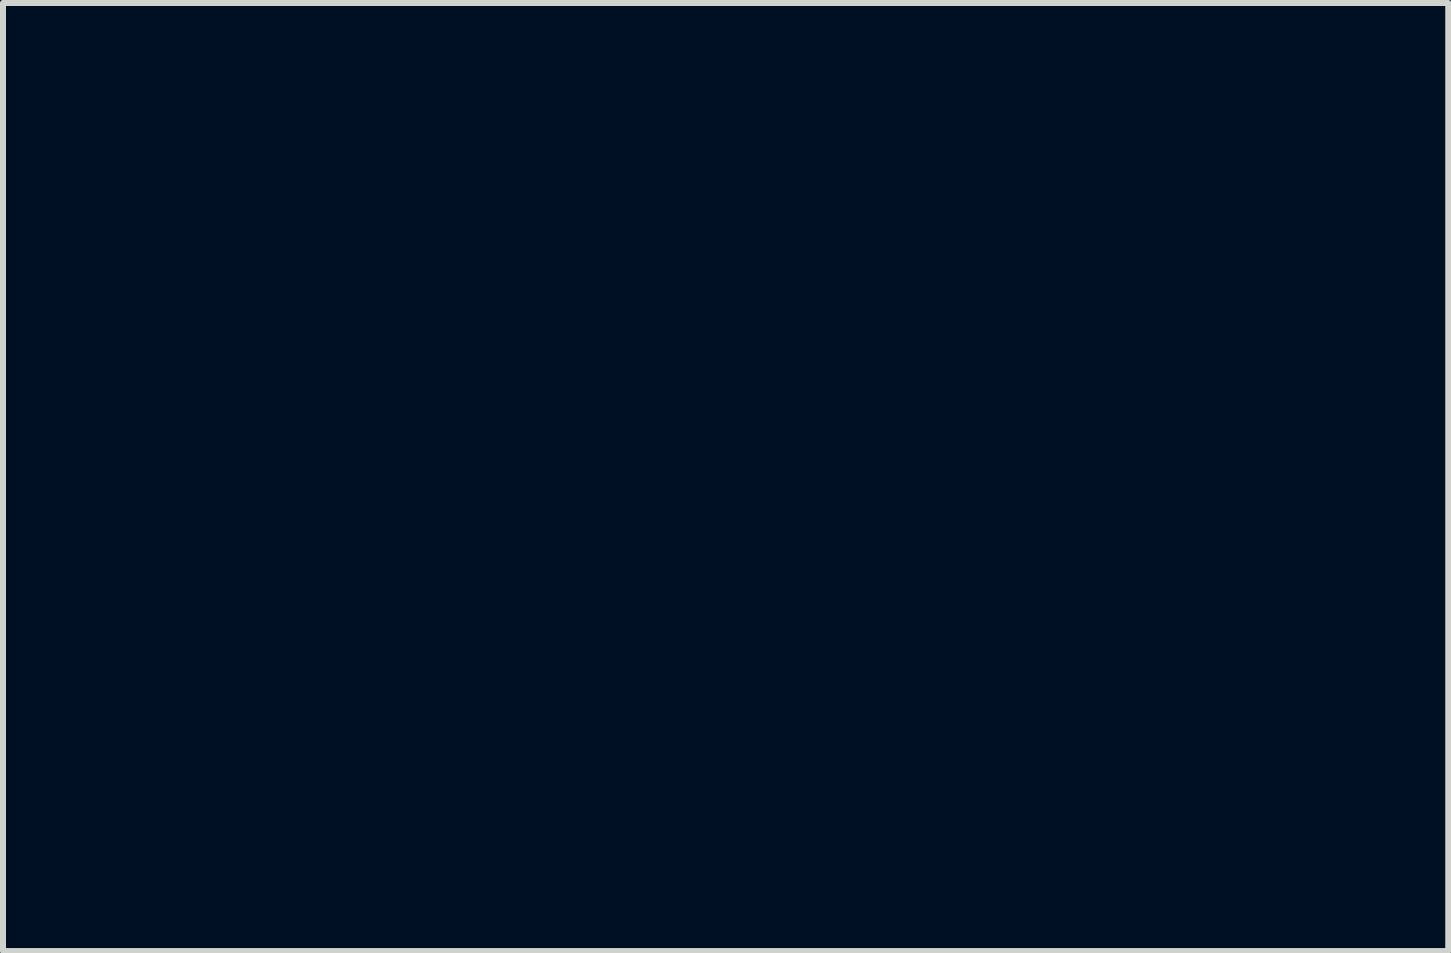
<source format=kicad_pcb>
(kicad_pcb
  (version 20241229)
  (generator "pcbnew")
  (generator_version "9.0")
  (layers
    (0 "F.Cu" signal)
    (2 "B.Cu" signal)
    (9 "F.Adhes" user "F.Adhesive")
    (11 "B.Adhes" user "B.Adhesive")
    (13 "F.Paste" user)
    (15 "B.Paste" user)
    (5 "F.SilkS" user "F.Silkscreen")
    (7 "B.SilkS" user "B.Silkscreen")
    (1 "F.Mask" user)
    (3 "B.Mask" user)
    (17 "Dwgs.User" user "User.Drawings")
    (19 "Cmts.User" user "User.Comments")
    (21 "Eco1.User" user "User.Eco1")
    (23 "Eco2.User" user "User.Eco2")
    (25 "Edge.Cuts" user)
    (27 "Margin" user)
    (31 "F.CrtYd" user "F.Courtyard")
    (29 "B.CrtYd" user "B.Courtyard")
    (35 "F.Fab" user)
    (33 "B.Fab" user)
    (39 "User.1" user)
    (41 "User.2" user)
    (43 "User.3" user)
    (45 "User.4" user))
  (footprint "chip_sms_mask"
    (layer "F.Cu")
    (at 9.042 4.869)
    (property "Reference" "chip_sms_mask" (at 0 0 0) (layer "F.Mask") (effects (font (size 1.524 1.524) (thickness 0.3))))
    (attr through_hole)
    (fp_poly (pts (xy -1.877 2.806) (xy -1.738 2.828) (xy -1.661 2.843) (xy -1.655 2.845) (xy -1.685 2.886) (xy -1.772 2.985) (xy -1.867 3.088) (xy -2.088 3.326) (xy -2.088 2.773) (xy -1.877 2.806)) (stroke (width 0.01) (type solid)) (fill yes) (layer "F.Mask"))
    (fp_poly (pts (xy -0.748 -4.852) (xy 0.536 -4.851) (xy 0.022 -4.601) (xy -0.426 -4.341) (xy -0.769 -4.044) (xy -1.011 -3.705) (xy -1.156 -3.318) (xy -1.207 -2.879) (xy -1.207 -2.836) (xy -1.205 -2.484) (xy -2.032 -2.484) (xy -2.032 -4.854) (xy -0.748 -4.852)) (stroke (width 0.01) (type solid)) (fill yes) (layer "F.Mask"))
    (fp_poly (pts (xy -1.525 -1.773) (xy -1.718 -1.64) (xy -1.898 -1.505) (xy -1.997 -1.42) (xy -2.15 -1.253) (xy -2.312 -1.034) (xy -2.46 -0.799) (xy -2.573 -0.58) (xy -2.63 -0.417) (xy -2.665 -0.226) (xy -5.814 -0.226) (xy -5.814 -1.976) (xy -1.216 -1.976) (xy -1.525 -1.773)) (stroke (width 0.01) (type solid)) (fill yes) (layer "F.Mask"))
    (fp_poly (pts (xy 2.427 4.911) (xy -2.088 4.911) (xy -2.088 4.054) (xy -1.548 3.471) (xy -1.008 2.889) (xy -0.687 2.855) (xy -0.54 2.844) (xy -0.301 2.832) (xy 0.011 2.819) (xy 0.376 2.806) (xy 0.772 2.795) (xy 1.03 2.788) (xy 2.427 2.754) (xy 2.427 4.911)) (stroke (width 0.01) (type solid)) (fill yes) (layer "F.Mask"))
    (fp_poly (pts (xy 6.096 2.258) (xy 3.706 2.258) (xy 3.821 2.131) (xy 4 1.879) (xy 4.066 1.64) (xy 4.021 1.413) (xy 3.873 1.209) (xy 3.766 1.089) (xy 3.705 0.974) (xy 3.673 0.82) (xy 3.659 0.65) (xy 3.635 0.282) (xy 6.096 0.282) (xy 6.096 2.258)) (stroke (width 0.01) (type solid)) (fill yes) (layer "F.Mask"))
    (fp_poly (pts (xy -2.596 4.911) (xy -3.344 4.907) (xy -3.743 4.897) (xy -4.081 4.873) (xy -4.337 4.835) (xy -4.398 4.821) (xy -4.714 4.712) (xy -4.977 4.559) (xy -5.23 4.335) (xy -5.304 4.257) (xy -5.572 3.894) (xy -5.737 3.494) (xy -5.801 3.122) (xy -5.829 2.766) (xy -2.596 2.766) (xy -2.596 4.911)) (stroke (width 0.01) (type solid)) (fill yes) (layer "F.Mask"))
    (fp_poly (pts (xy 6.083 3.147) (xy 5.996 3.593) (xy 5.81 3.997) (xy 5.533 4.345) (xy 5.178 4.623) (xy 4.98 4.728) (xy 4.844 4.787) (xy 4.716 4.828) (xy 4.57 4.857) (xy 4.383 4.877) (xy 4.132 4.89) (xy 3.796 4.901) (xy 2.935 4.924) (xy 2.935 2.766) (xy 6.111 2.766) (xy 6.083 3.147)) (stroke (width 0.01) (type solid)) (fill yes) (layer "F.Mask"))
    (fp_poly (pts (xy -2.54 -2.484) (xy -5.828 -2.484) (xy -5.803 -2.958) (xy -5.728 -3.452) (xy -5.561 -3.882) (xy -5.301 -4.249) (xy -4.951 -4.548) (xy -4.689 -4.699) (xy -4.582 -4.747) (xy -4.469 -4.782) (xy -4.331 -4.806) (xy -4.146 -4.823) (xy -3.894 -4.835) (xy -3.554 -4.843) (xy -3.485 -4.845) (xy -2.54 -4.864) (xy -2.54 -2.484)) (stroke (width 0.01) (type solid)) (fill yes) (layer "F.Mask"))
    (fp_poly (pts (xy 3.824 -4.845) (xy 4.165 -4.837) (xy 4.415 -4.826) (xy 4.599 -4.81) (xy 4.739 -4.785) (xy 4.858 -4.748) (xy 4.979 -4.695) (xy 5.035 -4.668) (xy 5.419 -4.42) (xy 5.723 -4.096) (xy 5.941 -3.709) (xy 6.067 -3.268) (xy 6.096 -2.905) (xy 6.096 -2.484) (xy 2.935 -2.484) (xy 2.935 -4.864) (xy 3.824 -4.845)) (stroke (width 0.01) (type solid)) (fill yes) (layer "F.Mask"))
    (fp_poly (pts (xy -3.775 0.284) (xy -3.372 0.29) (xy -3.058 0.299) (xy -2.841 0.312) (xy -2.726 0.328) (xy -2.709 0.337) (xy -2.752 0.404) (xy -2.855 0.488) (xy -2.964 0.59) (xy -3.089 0.751) (xy -3.164 0.87) (xy -3.303 1.211) (xy -3.328 1.554) (xy -3.24 1.9) (xy -3.197 1.994) (xy -3.063 2.258) (xy -5.814 2.258) (xy -5.814 0.282) (xy -4.262 0.282) (xy -3.775 0.284)) (stroke (width 0.01) (type solid)) (fill yes) (layer "F.Mask"))
    (fp_poly (pts (xy 2.427 -3.923) (xy 2.425 -3.613) (xy 2.421 -3.347) (xy 2.414 -3.143) (xy 2.406 -3.02) (xy 2.399 -2.992) (xy 2.376 -3.04) (xy 2.369 -3.119) (xy 2.341 -3.264) (xy 2.269 -3.458) (xy 2.175 -3.658) (xy 2.077 -3.817) (xy 2.05 -3.85) (xy 1.996 -3.925) (xy 1.997 -4.006) (xy 2.051 -4.138) (xy 2.053 -4.141) (xy 2.131 -4.356) (xy 2.127 -4.526) (xy 2.041 -4.689) (xy 2.028 -4.705) (xy 1.911 -4.854) (xy 2.427 -4.854) (xy 2.427 -3.923)) (stroke (width 0.01) (type solid)) (fill yes) (layer "F.Mask"))
    (fp_poly (pts (xy 6.096 -0.226) (xy 4.643 -0.228) (xy 4.171 -0.23) (xy 3.8 -0.235) (xy 3.518 -0.243) (xy 3.312 -0.255) (xy 3.169 -0.273) (xy 3.078 -0.295) (xy 3.048 -0.309) (xy 2.897 -0.371) (xy 2.71 -0.421) (xy 2.681 -0.427) (xy 2.452 -0.51) (xy 2.222 -0.67) (xy 2.056 -0.81) (xy 1.898 -0.935) (xy 1.833 -0.983) (xy 1.677 -1.09) (xy 1.975 -1.347) (xy 2.141 -1.507) (xy 2.278 -1.67) (xy 2.351 -1.79) (xy 2.429 -1.976) (xy 6.096 -1.976) (xy 6.096 -0.226)) (stroke (width 0.01) (type solid)) (fill yes) (layer "F.Mask"))
    (fp_poly (pts (xy 1.453 -4.463) (xy 1.571 -4.431) (xy 1.6 -4.37) (xy 1.553 -4.274) (xy 1.472 -4.066) (xy 1.489 -3.838) (xy 1.603 -3.617) (xy 1.634 -3.579) (xy 1.759 -3.406) (xy 1.844 -3.206) (xy 1.894 -2.955) (xy 1.916 -2.629) (xy 1.919 -2.441) (xy 1.919 -1.919) (xy 1.582 -1.657) (xy 1.413 -1.515) (xy 1.281 -1.385) (xy 1.212 -1.292) (xy 1.209 -1.285) (xy 1.206 -1.115) (xy 1.273 -0.914) (xy 1.392 -0.721) (xy 1.545 -0.573) (xy 1.57 -0.557) (xy 1.738 -0.442) (xy 1.927 -0.293) (xy 2.01 -0.222) (xy 2.162 -0.093) (xy 2.291 -0.013) (xy 2.443 0.039) (xy 2.66 0.081) (xy 2.673 0.083) (xy 2.874 0.154) (xy 3.026 0.266) (xy 3.101 0.364) (xy 3.142 0.479) (xy 3.159 0.647) (xy 3.161 0.794) (xy 3.166 1.049) (xy 3.189 1.217) (xy 3.238 1.326) (xy 3.323 1.403) (xy 3.394 1.443) (xy 3.52 1.549) (xy 3.55 1.671) (xy 3.479 1.781) (xy 3.432 1.812) (xy 3.296 1.853) (xy 3.076 1.883) (xy 2.801 1.902) (xy 2.5 1.907) (xy 2.203 1.899) (xy 1.947 1.876) (xy 1.552 1.824) (xy 1.75 1.736) (xy 1.936 1.679) (xy 2.138 1.685) (xy 2.202 1.696) (xy 2.388 1.721) (xy 2.634 1.739) (xy 2.888 1.747) (xy 2.893 1.747) (xy 3.143 1.74) (xy 3.286 1.713) (xy 3.325 1.66) (xy 3.264 1.576) (xy 3.117 1.464) (xy 2.978 1.377) (xy 2.874 1.35) (xy 2.751 1.374) (xy 2.686 1.395) (xy 2.427 1.433) (xy 2.19 1.375) (xy 1.992 1.241) (xy 1.849 1.047) (xy 1.775 0.812) (xy 1.788 0.553) (xy 1.829 0.428) (xy 1.885 0.284) (xy 1.917 0.187) (xy 1.919 0.173) (xy 1.868 0.148) (xy 1.735 0.111) (xy 1.548 0.068) (xy 1.337 0.024) (xy 1.131 -0.015) (xy 0.958 -0.042) (xy 0.848 -0.053) (xy 0.824 -0.049) (xy 0.805 0.014) (xy 0.774 0.152) (xy 0.75 0.271) (xy 0.72 0.444) (xy 0.721 0.543) (xy 0.764 0.601) (xy 0.85 0.651) (xy 0.996 0.786) (xy 1.045 0.904) (xy 1.063 1.007) (xy 1.061 1.086) (xy 1.026 1.145) (xy 0.946 1.187) (xy 0.808 1.215) (xy 0.601 1.231) (xy 0.313 1.239) (xy -0.069 1.242) (xy -0.342 1.242) (xy -0.72 1.239) (xy -1.067 1.233) (xy -1.365 1.223) (xy -1.595 1.21) (xy -1.739 1.195) (xy -1.772 1.188) (xy -1.913 1.167) (xy -2.067 1.188) (xy -2.196 1.239) (xy -2.257 1.311) (xy -2.258 1.321) (xy -2.227 1.418) (xy -2.178 1.499) (xy -2.142 1.537) (xy -2.09 1.566) (xy -2.005 1.585) (xy -1.87 1.598) (xy -1.67 1.606) (xy -1.389 1.609) (xy -1.023 1.611) (xy -0.649 1.612) (xy -0.372 1.615) (xy -0.173 1.622) (xy -0.036 1.635) (xy 0.056 1.655) (xy 0.12 1.686) (xy 0.173 1.727) (xy 0.195 1.748) (xy 0.292 1.856) (xy 0.338 1.941) (xy 0.339 1.947) (xy 0.287 2.059) (xy 0.152 2.17) (xy -0.042 2.263) (xy -0.222 2.314) (xy -0.462 2.344) (xy -0.766 2.36) (xy -1.1 2.364) (xy -1.43 2.354) (xy -1.722 2.332) (xy -1.943 2.298) (xy -1.976 2.29) (xy -2.329 2.166) (xy -2.58 2.014) (xy -2.739 1.825) (xy -2.813 1.589) (xy -2.822 1.453) (xy -2.815 1.291) (xy -2.781 1.172) (xy -2.701 1.056) (xy -2.561 0.91) (xy -2.39 0.727) (xy -2.286 0.576) (xy -2.233 0.417) (xy -2.212 0.21) (xy -2.209 0.141) (xy -2.161 -0.237) (xy -2.038 -0.573) (xy -1.831 -0.879) (xy -1.53 -1.168) (xy -1.129 -1.451) (xy -1.006 -1.525) (xy -0.783 -1.672) (xy -0.653 -1.811) (xy -0.601 -1.971) (xy -0.615 -2.184) (xy -0.649 -2.349) (xy -0.718 -2.752) (xy -0.716 -3.086) (xy -0.637 -3.371) (xy -0.479 -3.629) (xy -0.34 -3.783) (xy -0.111 -3.967) (xy 0.187 -4.143) (xy 0.518 -4.295) (xy 0.848 -4.408) (xy 1.142 -4.467) (xy 1.234 -4.472) (xy 1.453 -4.463)) (stroke (width 0.01) (type solid)) (fill yes) (layer "F.Mask")))
  (gr_rect
    (start -3 -3)
    (end 21.085 12.799)
    (stroke (width 0.1) (type default))
    (fill no)
    (layer "Edge.Cuts")))
</source>
